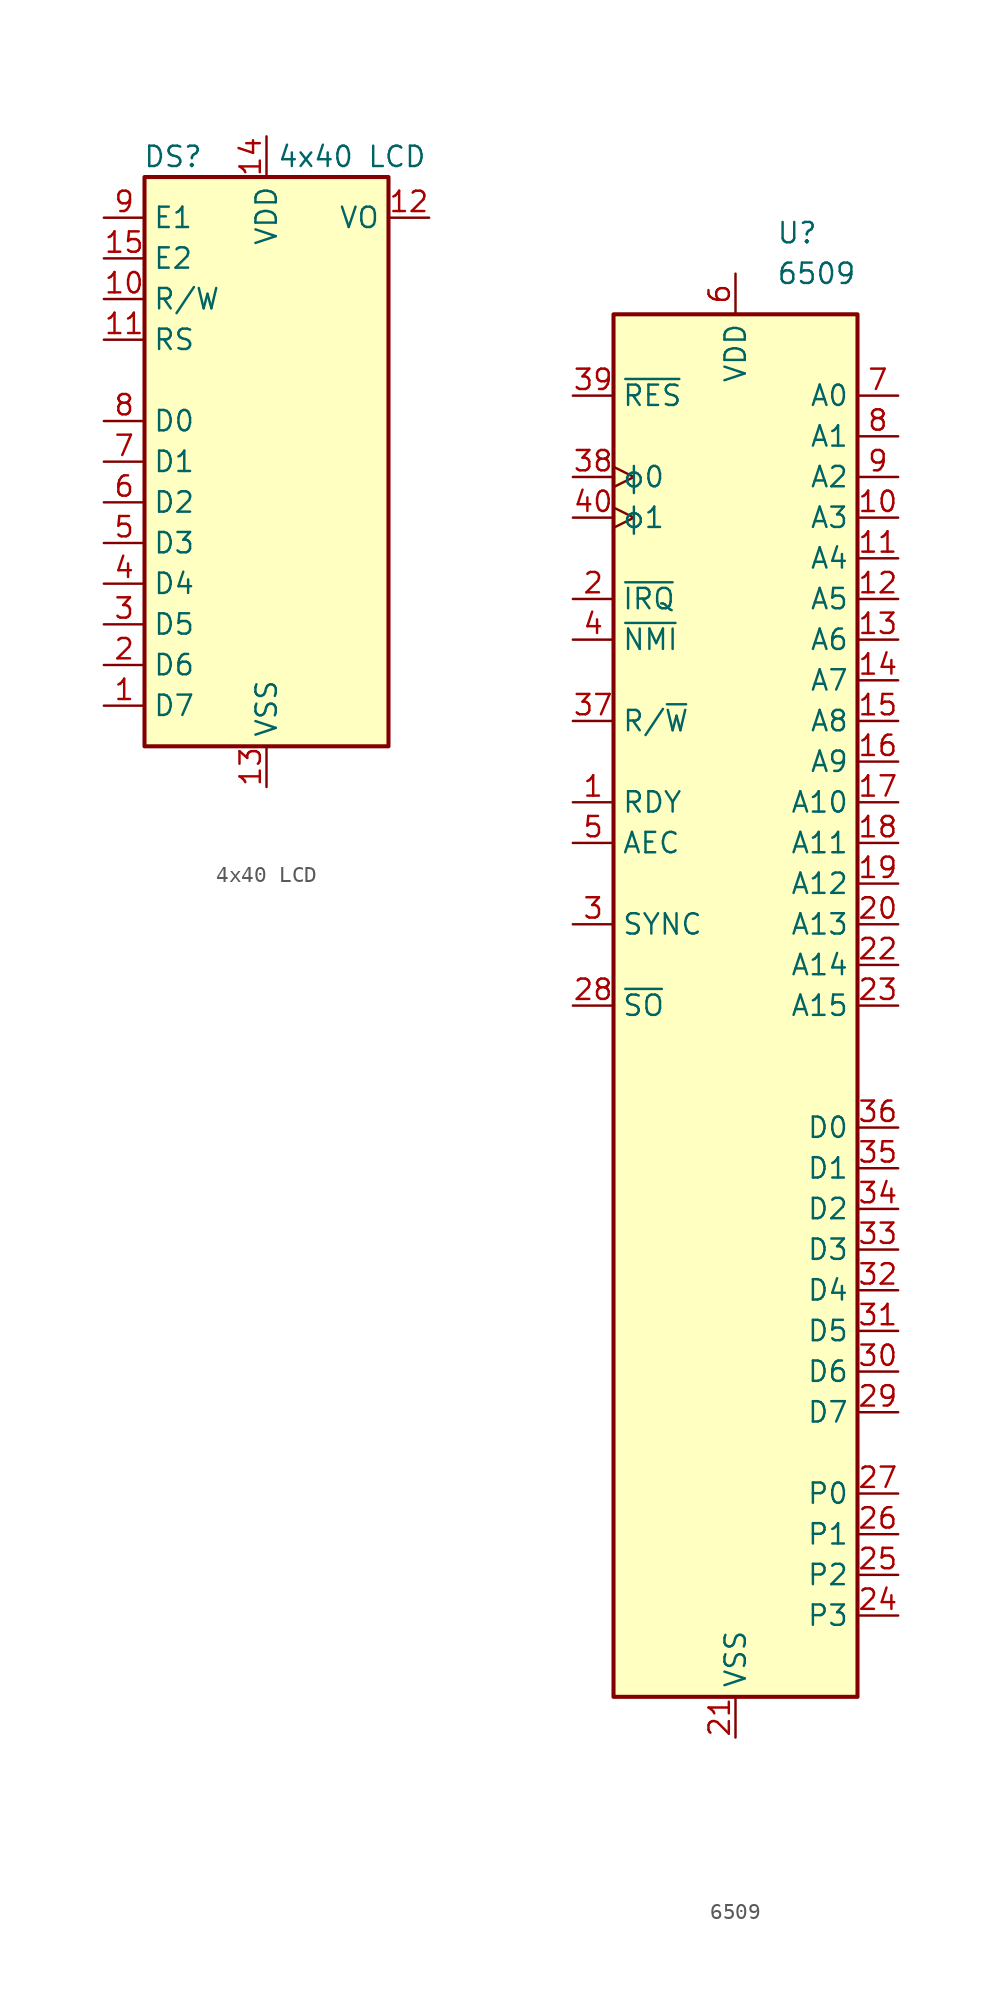
<source format=kicad_sym>
(kicad_symbol_lib
  (version 20231120)
  (generator "kicad_symbol_editor")
  (generator_version "8.0")
  (symbol "4x40 LCD"
    (property "Reference" "DS"
      (at -5.842 19.05 0)
      (effects (font (size 1.27 1.27))))
    (property "Value" "4x40 LCD"
      (at 5.334 19.05 0)
      (effects (font (size 1.27 1.27))))
    (symbol "4x40 LCD_1_1"
      (rectangle (start -7.62 17.78) (end 7.62 -17.78) (stroke (width 0.254) (type default)) (fill (type background)))
      (pin input line (at -10.16 -15.24 0) (length 2.54) (name "D7" (effects (font (size 1.27 1.27)))) (number "1" (effects (font (size 1.27 1.27)))))
      (pin input line (at -10.16 10.16 0) (length 2.54) (name "R/W" (effects (font (size 1.27 1.27)))) (number "10" (effects (font (size 1.27 1.27)))))
      (pin input line (at -10.16 7.62 0) (length 2.54) (name "RS" (effects (font (size 1.27 1.27)))) (number "11" (effects (font (size 1.27 1.27)))))
      (pin input line (at 10.16 15.24 180) (length 2.54) (name "VO" (effects (font (size 1.27 1.27)))) (number "12" (effects (font (size 1.27 1.27)))))
      (pin power_in line (at 0 -20.32 90) (length 2.54) (name "VSS" (effects (font (size 1.27 1.27)))) (number "13" (effects (font (size 1.27 1.27)))))
      (pin power_in line (at 0 20.32 270) (length 2.54) (name "VDD" (effects (font (size 1.27 1.27)))) (number "14" (effects (font (size 1.27 1.27)))))
      (pin input line (at -10.16 12.7 0) (length 2.54) (name "E2" (effects (font (size 1.27 1.27)))) (number "15" (effects (font (size 1.27 1.27)))))
      (pin input line (at -10.16 -12.7 0) (length 2.54) (name "D6" (effects (font (size 1.27 1.27)))) (number "2" (effects (font (size 1.27 1.27)))))
      (pin input line (at -10.16 -10.16 0) (length 2.54) (name "D5" (effects (font (size 1.27 1.27)))) (number "3" (effects (font (size 1.27 1.27)))))
      (pin input line (at -10.16 -7.62 0) (length 2.54) (name "D4" (effects (font (size 1.27 1.27)))) (number "4" (effects (font (size 1.27 1.27)))))
      (pin input line (at -10.16 -5.08 0) (length 2.54) (name "D3" (effects (font (size 1.27 1.27)))) (number "5" (effects (font (size 1.27 1.27)))))
      (pin input line (at -10.16 -2.54 0) (length 2.54) (name "D2" (effects (font (size 1.27 1.27)))) (number "6" (effects (font (size 1.27 1.27)))))
      (pin input line (at -10.16 0 0) (length 2.54) (name "D1" (effects (font (size 1.27 1.27)))) (number "7" (effects (font (size 1.27 1.27)))))
      (pin input line (at -10.16 2.54 0) (length 2.54) (name "D0" (effects (font (size 1.27 1.27)))) (number "8" (effects (font (size 1.27 1.27)))))
      (pin input line (at -10.16 15.24 0) (length 2.54) (name "E1" (effects (font (size 1.27 1.27)))) (number "9" (effects (font (size 1.27 1.27)))))))
  (symbol "6509"
    (property "Reference" "U"
      (at 2.54 48.26 0)
      (effects (font (size 1.27 1.27)) (justify left)))
    (property "Value" "6509"
      (at 2.54 45.72 0)
      (effects (font (size 1.27 1.27)) (justify left)))
    (symbol "6509_0_1"
      (rectangle (start -7.62 43.18) (end 7.62 -43.18) (stroke (width 0.254) (type default)) (fill (type background))))
    (symbol "6509_1_1"
      (pin input line (at -10.16 12.7 0) (length 2.54) (name "RDY" (effects (font (size 1.27 1.27)))) (number "1" (effects (font (size 1.27 1.27)))))
      (pin tri_state line (at 10.16 30.48 180) (length 2.54) (name "A3" (effects (font (size 1.27 1.27)))) (number "10" (effects (font (size 1.27 1.27)))))
      (pin tri_state line (at 10.16 27.94 180) (length 2.54) (name "A4" (effects (font (size 1.27 1.27)))) (number "11" (effects (font (size 1.27 1.27)))))
      (pin tri_state line (at 10.16 25.4 180) (length 2.54) (name "A5" (effects (font (size 1.27 1.27)))) (number "12" (effects (font (size 1.27 1.27)))))
      (pin tri_state line (at 10.16 22.86 180) (length 2.54) (name "A6" (effects (font (size 1.27 1.27)))) (number "13" (effects (font (size 1.27 1.27)))))
      (pin tri_state line (at 10.16 20.32 180) (length 2.54) (name "A7" (effects (font (size 1.27 1.27)))) (number "14" (effects (font (size 1.27 1.27)))))
      (pin tri_state line (at 10.16 17.78 180) (length 2.54) (name "A8" (effects (font (size 1.27 1.27)))) (number "15" (effects (font (size 1.27 1.27)))))
      (pin tri_state line (at 10.16 15.24 180) (length 2.54) (name "A9" (effects (font (size 1.27 1.27)))) (number "16" (effects (font (size 1.27 1.27)))))
      (pin tri_state line (at 10.16 12.7 180) (length 2.54) (name "A10" (effects (font (size 1.27 1.27)))) (number "17" (effects (font (size 1.27 1.27)))))
      (pin tri_state line (at 10.16 10.16 180) (length 2.54) (name "A11" (effects (font (size 1.27 1.27)))) (number "18" (effects (font (size 1.27 1.27)))))
      (pin tri_state line (at 10.16 7.62 180) (length 2.54) (name "A12" (effects (font (size 1.27 1.27)))) (number "19" (effects (font (size 1.27 1.27)))))
      (pin input line (at -10.16 25.4 0) (length 2.54) (name "~{IRQ}" (effects (font (size 1.27 1.27)))) (number "2" (effects (font (size 1.27 1.27)))))
      (pin tri_state line (at 10.16 5.08 180) (length 2.54) (name "A13" (effects (font (size 1.27 1.27)))) (number "20" (effects (font (size 1.27 1.27)))))
      (pin power_in line (at 0 -45.72 90) (length 2.54) (name "VSS" (effects (font (size 1.27 1.27)))) (number "21" (effects (font (size 1.27 1.27)))))
      (pin tri_state line (at 10.16 2.54 180) (length 2.54) (name "A14" (effects (font (size 1.27 1.27)))) (number "22" (effects (font (size 1.27 1.27)))))
      (pin tri_state line (at 10.16 0 180) (length 2.54) (name "A15" (effects (font (size 1.27 1.27)))) (number "23" (effects (font (size 1.27 1.27)))))
      (pin output line (at 10.16 -38.1 180) (length 2.54) (name "P3" (effects (font (size 1.27 1.27)))) (number "24" (effects (font (size 1.27 1.27)))))
      (pin output line (at 10.16 -35.56 180) (length 2.54) (name "P2" (effects (font (size 1.27 1.27)))) (number "25" (effects (font (size 1.27 1.27)))))
      (pin output line (at 10.16 -33.02 180) (length 2.54) (name "P1" (effects (font (size 1.27 1.27)))) (number "26" (effects (font (size 1.27 1.27)))))
      (pin output line (at 10.16 -30.48 180) (length 2.54) (name "P0" (effects (font (size 1.27 1.27)))) (number "27" (effects (font (size 1.27 1.27)))))
      (pin input line (at -10.16 0 0) (length 2.54) (name "~{SO}" (effects (font (size 1.27 1.27)))) (number "28" (effects (font (size 1.27 1.27)))))
      (pin bidirectional line (at 10.16 -25.4 180) (length 2.54) (name "D7" (effects (font (size 1.27 1.27)))) (number "29" (effects (font (size 1.27 1.27)))))
      (pin output line (at -10.16 5.08 0) (length 2.54) (name "SYNC" (effects (font (size 1.27 1.27)))) (number "3" (effects (font (size 1.27 1.27)))))
      (pin bidirectional line (at 10.16 -22.86 180) (length 2.54) (name "D6" (effects (font (size 1.27 1.27)))) (number "30" (effects (font (size 1.27 1.27)))))
      (pin bidirectional line (at 10.16 -20.32 180) (length 2.54) (name "D5" (effects (font (size 1.27 1.27)))) (number "31" (effects (font (size 1.27 1.27)))))
      (pin bidirectional line (at 10.16 -17.78 180) (length 2.54) (name "D4" (effects (font (size 1.27 1.27)))) (number "32" (effects (font (size 1.27 1.27)))))
      (pin bidirectional line (at 10.16 -15.24 180) (length 2.54) (name "D3" (effects (font (size 1.27 1.27)))) (number "33" (effects (font (size 1.27 1.27)))))
      (pin bidirectional line (at 10.16 -12.7 180) (length 2.54) (name "D2" (effects (font (size 1.27 1.27)))) (number "34" (effects (font (size 1.27 1.27)))))
      (pin bidirectional line (at 10.16 -10.16 180) (length 2.54) (name "D1" (effects (font (size 1.27 1.27)))) (number "35" (effects (font (size 1.27 1.27)))))
      (pin bidirectional line (at 10.16 -7.62 180) (length 2.54) (name "D0" (effects (font (size 1.27 1.27)))) (number "36" (effects (font (size 1.27 1.27)))))
      (pin tri_state line (at -10.16 17.78 0) (length 2.54) (name "R/~{W}" (effects (font (size 1.27 1.27)))) (number "37" (effects (font (size 1.27 1.27)))))
      (pin input clock (at -10.16 33.02 0) (length 2.54) (name "ϕ0" (effects (font (size 1.27 1.27)))) (number "38" (effects (font (size 1.27 1.27)))))
      (pin input line (at -10.16 38.1 0) (length 2.54) (name "~{RES}" (effects (font (size 1.27 1.27)))) (number "39" (effects (font (size 1.27 1.27)))))
      (pin input line (at -10.16 22.86 0) (length 2.54) (name "~{NMI}" (effects (font (size 1.27 1.27)))) (number "4" (effects (font (size 1.27 1.27)))))
      (pin input clock (at -10.16 30.48 0) (length 2.54) (name "ϕ1" (effects (font (size 1.27 1.27)))) (number "40" (effects (font (size 1.27 1.27)))))
      (pin input line (at -10.16 10.16 0) (length 2.54) (name "AEC" (effects (font (size 1.27 1.27)))) (number "5" (effects (font (size 1.27 1.27)))))
      (pin power_in line (at 0 45.72 270) (length 2.54) (name "VDD" (effects (font (size 1.27 1.27)))) (number "6" (effects (font (size 1.27 1.27)))))
      (pin tri_state line (at 10.16 38.1 180) (length 2.54) (name "A0" (effects (font (size 1.27 1.27)))) (number "7" (effects (font (size 1.27 1.27)))))
      (pin tri_state line (at 10.16 35.56 180) (length 2.54) (name "A1" (effects (font (size 1.27 1.27)))) (number "8" (effects (font (size 1.27 1.27)))))
      (pin tri_state line (at 10.16 33.02 180) (length 2.54) (name "A2" (effects (font (size 1.27 1.27)))) (number "9" (effects (font (size 1.27 1.27))))))))
</source>
